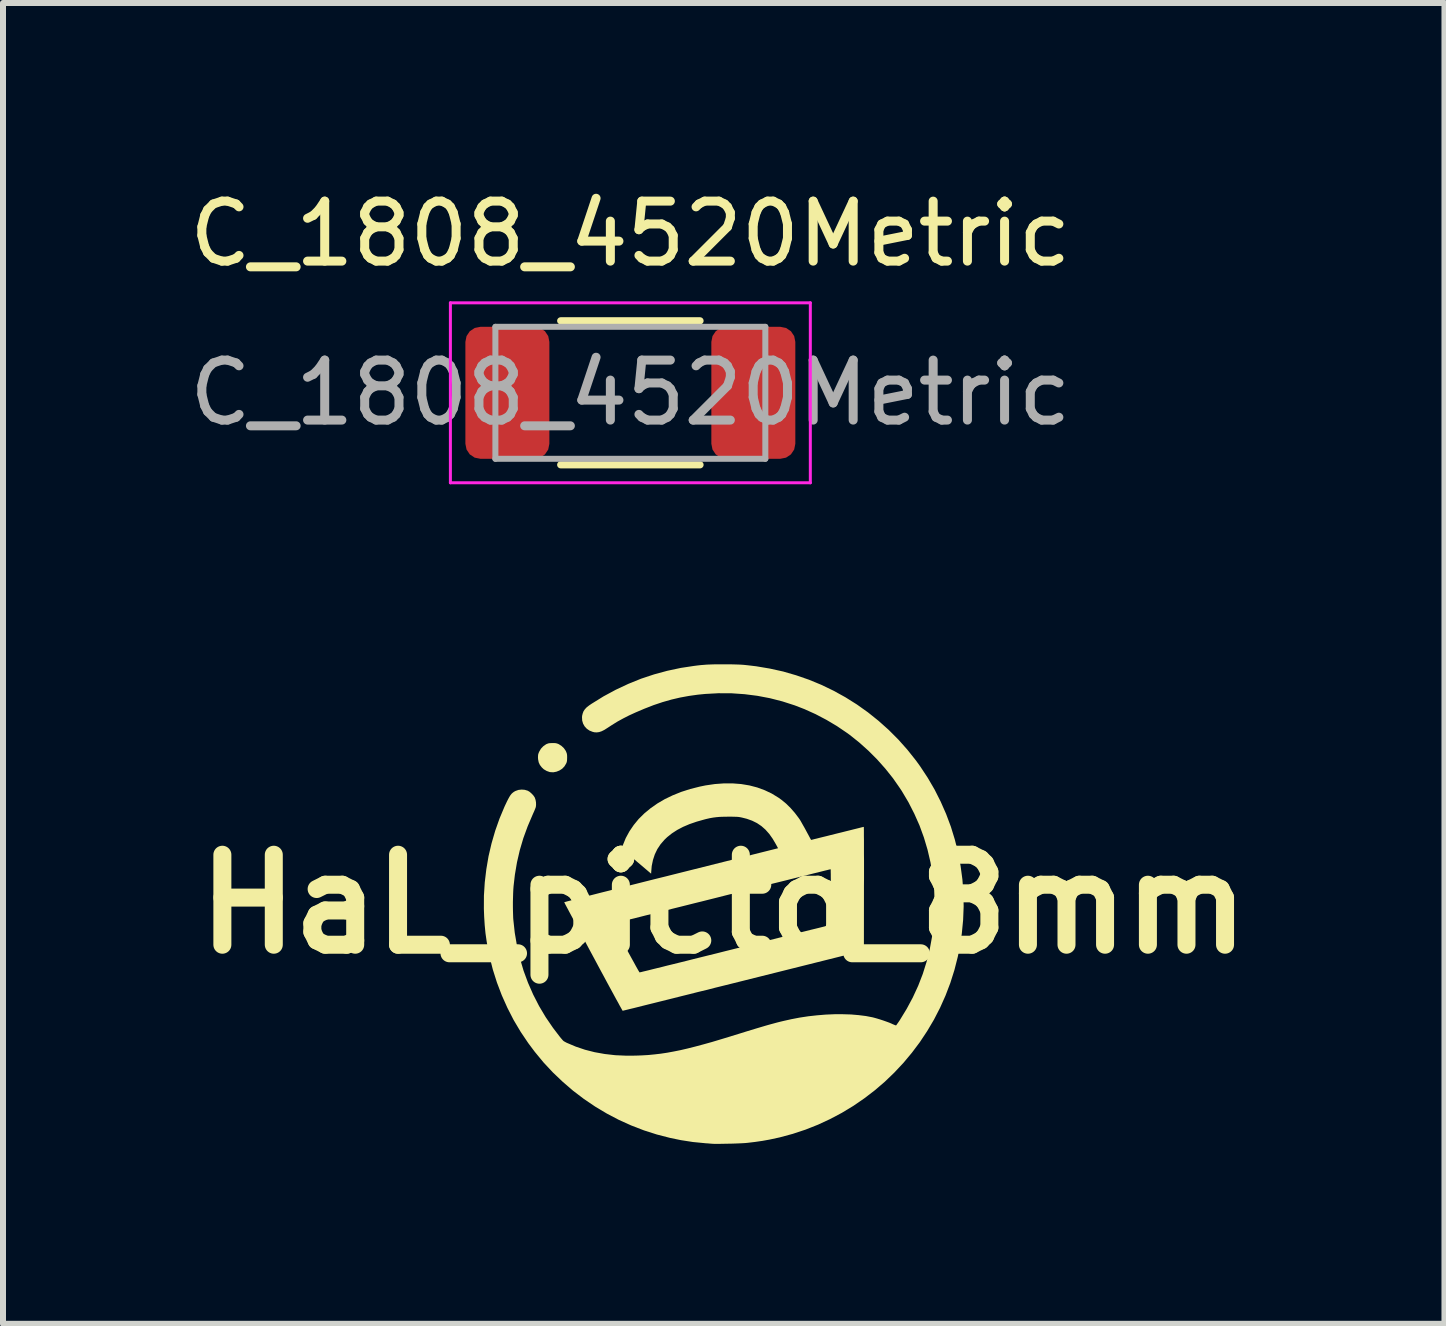
<source format=kicad_pcb>
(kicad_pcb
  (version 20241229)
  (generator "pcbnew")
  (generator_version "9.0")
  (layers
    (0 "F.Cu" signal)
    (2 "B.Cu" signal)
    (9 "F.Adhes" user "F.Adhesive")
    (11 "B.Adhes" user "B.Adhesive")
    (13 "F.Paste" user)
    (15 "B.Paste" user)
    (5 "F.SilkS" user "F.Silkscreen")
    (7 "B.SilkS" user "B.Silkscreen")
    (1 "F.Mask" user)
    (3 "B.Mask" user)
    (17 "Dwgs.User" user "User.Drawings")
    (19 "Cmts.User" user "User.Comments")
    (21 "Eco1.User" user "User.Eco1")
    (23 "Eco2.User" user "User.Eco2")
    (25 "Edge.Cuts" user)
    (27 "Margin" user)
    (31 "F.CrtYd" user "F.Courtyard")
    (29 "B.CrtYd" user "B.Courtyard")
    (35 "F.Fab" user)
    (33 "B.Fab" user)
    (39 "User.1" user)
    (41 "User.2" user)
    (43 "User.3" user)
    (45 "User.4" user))
  (footprint "C_1808_4520Metric"
    (layer "F.Cu")
    (at 7.458 3.498)
    (property "Reference" "C_1808_4520Metric" (at 0 -2.65 0) (layer "F.SilkS") (effects (font (size 1 1) (thickness 0.15))))
    (attr smd)
    (fp_line (start -1.161 -1.2) (end 1.161 -1.2) (stroke (width 0.12) (type solid)) (layer "F.SilkS"))
    (fp_line (start -1.161 1.2) (end 1.161 1.2) (stroke (width 0.12) (type solid)) (layer "F.SilkS"))
    (fp_line (start -3 -1.5) (end 3 -1.5) (stroke (width 0.05) (type solid)) (layer "F.CrtYd"))
    (fp_line (start -3 1.5) (end -3 -1.5) (stroke (width 0.05) (type solid)) (layer "F.CrtYd"))
    (fp_line (start 3 -1.5) (end 3 1.5) (stroke (width 0.05) (type solid)) (layer "F.CrtYd"))
    (fp_line (start 3 1.5) (end -3 1.5) (stroke (width 0.05) (type solid)) (layer "F.CrtYd"))
    (fp_line (start -2.25 -1.1) (end 2.25 -1.1) (stroke (width 0.1) (type solid)) (layer "F.Fab"))
    (fp_line (start -2.25 1.1) (end -2.25 -1.1) (stroke (width 0.1) (type solid)) (layer "F.Fab"))
    (fp_line (start 2.25 -1.1) (end 2.25 1.1) (stroke (width 0.1) (type solid)) (layer "F.Fab"))
    (fp_line (start 2.25 1.1) (end -2.25 1.1) (stroke (width 0.1) (type solid)) (layer "F.Fab"))
    (fp_text user "${REFERENCE}" (at 0 0 0) (layer "F.Fab") (effects (font (size 1 1) (thickness 0.15))))
    (pad "1" smd roundrect (at -2.05 0) (size 1.4 2.2) (layers "F.Cu" "F.Mask" "F.Paste") (roundrect_rratio 0.179))
    (pad "2" smd roundrect (at 2.05 0) (size 1.4 2.2) (layers "F.Cu" "F.Mask" "F.Paste") (roundrect_rratio 0.179)))
  (footprint "HaL_picto_8mm"
    (layer "F.Cu")
    (at 9.014 12.02)
    (property "Reference" "HaL_picto_8mm" (at 0 0 0) (layer "F.SilkS") (effects (font (size 1.5 1.5) (thickness 0.3))))
    (attr board_only exclude_from_pos_files exclude_from_bom)
    (fp_poly (pts (xy -2.821 -2.683) (xy -2.798 -2.681) (xy -2.778 -2.676) (xy -2.759 -2.669) (xy -2.75 -2.665) (xy -2.704 -2.636) (xy -2.664 -2.598) (xy -2.633 -2.553) (xy -2.629 -2.544) (xy -2.62 -2.522) (xy -2.614 -2.503) (xy -2.611 -2.482) (xy -2.61 -2.453) (xy -2.61 -2.44) (xy -2.611 -2.408) (xy -2.613 -2.384) (xy -2.617 -2.365) (xy -2.625 -2.345) (xy -2.628 -2.339) (xy -2.656 -2.293) (xy -2.693 -2.255) (xy -2.738 -2.226) (xy -2.788 -2.206) (xy -2.84 -2.196) (xy -2.892 -2.199) (xy -2.9 -2.2) (xy -2.951 -2.218) (xy -2.999 -2.246) (xy -3.032 -2.277) (xy -3.064 -2.318) (xy -3.084 -2.362) (xy -3.094 -2.412) (xy -3.096 -2.443) (xy -3.095 -2.474) (xy -3.092 -2.497) (xy -3.085 -2.518) (xy -3.075 -2.541) (xy -3.046 -2.59) (xy -3.008 -2.63) (xy -2.964 -2.661) (xy -2.955 -2.666) (xy -2.934 -2.674) (xy -2.915 -2.68) (xy -2.893 -2.682) (xy -2.864 -2.683) (xy -2.853 -2.683)) (stroke (width 0) (type solid)) (fill yes) (layer "F.SilkS"))
    (fp_poly (pts (xy 0.15 -2.011) (xy 0.292 -2) (xy 0.429 -1.977) (xy 0.559 -1.943) (xy 0.684 -1.897) (xy 0.802 -1.841) (xy 0.913 -1.773) (xy 0.963 -1.737) (xy 1.04 -1.674) (xy 1.115 -1.6) (xy 1.185 -1.52) (xy 1.248 -1.437) (xy 1.269 -1.407) (xy 1.283 -1.384) (xy 1.301 -1.352) (xy 1.323 -1.313) (xy 1.347 -1.271) (xy 1.371 -1.227) (xy 1.38 -1.21) (xy 1.401 -1.171) (xy 1.42 -1.136) (xy 1.436 -1.106) (xy 1.448 -1.084) (xy 1.455 -1.072) (xy 1.456 -1.069) (xy 1.463 -1.07) (xy 1.481 -1.074) (xy 1.51 -1.082) (xy 1.549 -1.091) (xy 1.596 -1.103) (xy 1.652 -1.117) (xy 1.714 -1.132) (xy 1.781 -1.149) (xy 1.853 -1.167) (xy 1.893 -1.177) (xy 1.967 -1.195) (xy 2.038 -1.213) (xy 2.103 -1.229) (xy 2.162 -1.244) (xy 2.215 -1.257) (xy 2.259 -1.268) (xy 2.294 -1.277) (xy 2.319 -1.283) (xy 2.333 -1.286) (xy 2.335 -1.286) (xy 2.336 -1.28) (xy 2.336 -1.261) (xy 2.337 -1.23) (xy 2.337 -1.188) (xy 2.337 -1.135) (xy 2.338 -1.072) (xy 2.338 -1.001) (xy 2.338 -0.921) (xy 2.338 -0.834) (xy 2.339 -0.74) (xy 2.339 -0.639) (xy 2.339 -0.533) (xy 2.339 -0.423) (xy 2.338 -0.308) (xy 2.338 -0.255) (xy 2.337 0.776) (xy 0.33 1.278) (xy 0.17 1.318) (xy 0.013 1.357) (xy -0.141 1.395) (xy -0.289 1.433) (xy -0.434 1.468) (xy -0.572 1.503) (xy -0.705 1.536) (xy -0.832 1.568) (xy -0.952 1.598) (xy -1.065 1.626) (xy -1.169 1.652) (xy -1.266 1.676) (xy -1.354 1.698) (xy -1.433 1.718) (xy -1.501 1.735) (xy -1.56 1.749) (xy -1.608 1.761) (xy -1.645 1.77) (xy -1.67 1.776) (xy -1.682 1.779) (xy -1.684 1.78) (xy -1.688 1.774) (xy -1.698 1.757) (xy -1.713 1.73) (xy -1.734 1.693) (xy -1.759 1.646) (xy -1.79 1.591) (xy -1.824 1.528) (xy -1.862 1.458) (xy -1.904 1.381) (xy -1.949 1.298) (xy -1.996 1.21) (xy -2.047 1.116) (xy -2.099 1.019) (xy -2.153 0.918) (xy -2.174 0.879) (xy -2.229 0.777) (xy -2.282 0.678) (xy -2.332 0.583) (xy -2.381 0.493) (xy -2.427 0.407) (xy -2.469 0.328) (xy -1.835 0.328) (xy -1.834 0.335) (xy -1.83 0.346) (xy -1.822 0.362) (xy -1.811 0.385) (xy -1.797 0.415) (xy -1.778 0.452) (xy -1.754 0.498) (xy -1.725 0.552) (xy -1.69 0.617) (xy -1.65 0.692) (xy -1.627 0.735) (xy -1.591 0.803) (xy -1.556 0.867) (xy -1.523 0.927) (xy -1.493 0.981) (xy -1.467 1.029) (xy -1.444 1.07) (xy -1.426 1.102) (xy -1.412 1.125) (xy -1.404 1.138) (xy -1.402 1.14) (xy -1.395 1.138) (xy -1.375 1.134) (xy -1.344 1.126) (xy -1.302 1.116) (xy -1.248 1.103) (xy -1.185 1.087) (xy -1.112 1.069) (xy -1.03 1.049) (xy -0.94 1.026) (xy -0.841 1.002) (xy -0.736 0.976) (xy -0.623 0.948) (xy -0.505 0.918) (xy -0.38 0.887) (xy -0.251 0.855) (xy -0.117 0.822) (xy 0.021 0.787) (xy 0.162 0.752) (xy 0.169 0.75) (xy 0.311 0.715) (xy 0.449 0.681) (xy 0.584 0.647) (xy 0.714 0.614) (xy 0.84 0.583) (xy 0.959 0.553) (xy 1.073 0.525) (xy 1.18 0.498) (xy 1.28 0.473) (xy 1.372 0.45) (xy 1.456 0.429) (xy 1.531 0.411) (xy 1.596 0.395) (xy 1.651 0.381) (xy 1.695 0.37) (xy 1.729 0.361) (xy 1.75 0.356) (xy 1.76 0.353) (xy 1.76 0.353) (xy 1.787 0.346) (xy 1.787 -0.117) (xy 1.787 -0.194) (xy 1.786 -0.267) (xy 1.786 -0.335) (xy 1.786 -0.397) (xy 1.785 -0.452) (xy 1.785 -0.498) (xy 1.784 -0.535) (xy 1.784 -0.562) (xy 1.783 -0.577) (xy 1.783 -0.58) (xy 1.776 -0.578) (xy 1.756 -0.574) (xy 1.725 -0.566) (xy 1.683 -0.556) (xy 1.631 -0.543) (xy 1.569 -0.527) (xy 1.498 -0.51) (xy 1.418 -0.49) (xy 1.33 -0.468) (xy 1.235 -0.444) (xy 1.134 -0.419) (xy 1.027 -0.392) (xy 0.914 -0.364) (xy 0.796 -0.335) (xy 0.675 -0.304) (xy 0.55 -0.273) (xy 0.422 -0.241) (xy 0.292 -0.209) (xy 0.161 -0.176) (xy 0.029 -0.143) (xy -0.104 -0.109) (xy -0.236 -0.076) (xy -0.367 -0.043) (xy -0.497 -0.011) (xy -0.624 0.021) (xy -0.748 0.052) (xy -0.869 0.082) (xy -0.986 0.112) (xy -1.098 0.14) (xy -1.204 0.166) (xy -1.304 0.191) (xy -1.398 0.215) (xy -1.484 0.237) (xy -1.563 0.256) (xy -1.632 0.274) (xy -1.693 0.289) (xy -1.743 0.302) (xy -1.783 0.312) (xy -1.812 0.319) (xy -1.829 0.324) (xy -1.834 0.325) (xy -1.835 0.328) (xy -2.469 0.328) (xy -2.469 0.327) (xy -2.508 0.254) (xy -2.544 0.187) (xy -2.575 0.129) (xy -2.602 0.078) (xy -2.624 0.037) (xy -2.641 0.005) (xy -2.652 -0.017) (xy -2.658 -0.028) (xy -2.658 -0.029) (xy -2.652 -0.032) (xy -2.633 -0.037) (xy -2.602 -0.046) (xy -2.558 -0.057) (xy -2.502 -0.072) (xy -2.434 -0.09) (xy -2.354 -0.11) (xy -2.263 -0.134) (xy -2.161 -0.16) (xy -2.048 -0.189) (xy -1.923 -0.22) (xy -1.788 -0.254) (xy -1.643 -0.291) (xy -1.487 -0.33) (xy -1.321 -0.372) (xy -1.146 -0.416) (xy -0.96 -0.462) (xy -0.877 -0.483) (xy 0.906 -0.93) (xy 0.872 -0.993) (xy 0.817 -1.087) (xy 0.759 -1.169) (xy 0.696 -1.24) (xy 0.629 -1.299) (xy 0.555 -1.349) (xy 0.474 -1.389) (xy 0.385 -1.421) (xy 0.305 -1.441) (xy 0.281 -1.446) (xy 0.259 -1.45) (xy 0.235 -1.453) (xy 0.209 -1.454) (xy 0.176 -1.455) (xy 0.135 -1.456) (xy 0.084 -1.456) (xy 0.077 -1.456) (xy 0.003 -1.455) (xy -0.062 -1.453) (xy -0.12 -1.448) (xy -0.175 -1.441) (xy -0.232 -1.431) (xy -0.293 -1.417) (xy -0.32 -1.41) (xy -0.451 -1.373) (xy -0.57 -1.332) (xy -0.678 -1.286) (xy -0.775 -1.235) (xy -0.863 -1.178) (xy -0.941 -1.116) (xy -0.987 -1.072) (xy -1.052 -0.997) (xy -1.106 -0.916) (xy -1.148 -0.829) (xy -1.179 -0.735) (xy -1.2 -0.634) (xy -1.208 -0.538) (xy -1.21 -0.506) (xy -1.447 -0.707) (xy -1.495 -0.748) (xy -1.54 -0.787) (xy -1.582 -0.822) (xy -1.618 -0.853) (xy -1.648 -0.879) (xy -1.672 -0.898) (xy -1.687 -0.911) (xy -1.692 -0.916) (xy -1.696 -0.923) (xy -1.696 -0.933) (xy -1.692 -0.95) (xy -1.683 -0.976) (xy -1.681 -0.981) (xy -1.633 -1.099) (xy -1.572 -1.211) (xy -1.5 -1.317) (xy -1.418 -1.417) (xy -1.324 -1.51) (xy -1.22 -1.596) (xy -1.106 -1.676) (xy -0.983 -1.748) (xy -0.85 -1.812) (xy -0.709 -1.869) (xy -0.559 -1.917) (xy -0.401 -1.957) (xy -0.304 -1.977) (xy -0.148 -2) (xy 0.003 -2.011)) (stroke (width 0) (type solid)) (fill yes) (layer "F.SilkS"))
    (fp_poly (pts (xy 0.077 -3.996) (xy 0.15 -3.995) (xy 0.215 -3.993) (xy 0.275 -3.991) (xy 0.333 -3.987) (xy 0.391 -3.981) (xy 0.452 -3.974) (xy 0.519 -3.966) (xy 0.543 -3.963) (xy 0.769 -3.925) (xy 0.991 -3.876) (xy 1.208 -3.813) (xy 1.422 -3.739) (xy 1.63 -3.653) (xy 1.833 -3.555) (xy 2.03 -3.446) (xy 2.221 -3.326) (xy 2.405 -3.195) (xy 2.581 -3.054) (xy 2.75 -2.903) (xy 2.911 -2.742) (xy 3.063 -2.571) (xy 3.206 -2.391) (xy 3.274 -2.297) (xy 3.4 -2.106) (xy 3.515 -1.909) (xy 3.617 -1.707) (xy 3.708 -1.5) (xy 3.787 -1.289) (xy 3.853 -1.074) (xy 3.908 -0.855) (xy 3.949 -0.634) (xy 3.979 -0.411) (xy 3.996 -0.186) (xy 4 0.041) (xy 3.991 0.267) (xy 3.969 0.494) (xy 3.935 0.721) (xy 3.902 0.88) (xy 3.846 1.1) (xy 3.778 1.315) (xy 3.698 1.525) (xy 3.607 1.729) (xy 3.505 1.927) (xy 3.392 2.118) (xy 3.27 2.302) (xy 3.137 2.479) (xy 2.996 2.648) (xy 2.845 2.809) (xy 2.686 2.962) (xy 2.518 3.106) (xy 2.343 3.24) (xy 2.161 3.365) (xy 1.971 3.48) (xy 1.775 3.584) (xy 1.573 3.678) (xy 1.366 3.76) (xy 1.152 3.831) (xy 0.934 3.89) (xy 0.763 3.927) (xy 0.646 3.948) (xy 0.522 3.966) (xy 0.396 3.981) (xy 0.363 3.984) (xy 0.336 3.986) (xy 0.298 3.988) (xy 0.253 3.99) (xy 0.202 3.992) (xy 0.147 3.994) (xy 0.09 3.995) (xy 0.033 3.996) (xy -0.021 3.997) (xy -0.072 3.998) (xy -0.117 3.998) (xy -0.154 3.998) (xy -0.181 3.997) (xy -0.193 3.996) (xy -0.208 3.995) (xy -0.233 3.993) (xy -0.266 3.99) (xy -0.302 3.988) (xy -0.32 3.986) (xy -0.514 3.967) (xy -0.714 3.936) (xy -0.893 3.899) (xy -1.114 3.842) (xy -1.33 3.773) (xy -1.542 3.691) (xy -1.748 3.598) (xy -1.948 3.493) (xy -2.142 3.377) (xy -2.33 3.25) (xy -2.51 3.113) (xy -2.682 2.965) (xy -2.847 2.808) (xy -3.003 2.641) (xy -3.149 2.464) (xy -3.257 2.32) (xy -3.385 2.13) (xy -3.502 1.933) (xy -3.606 1.73) (xy -3.699 1.522) (xy -3.78 1.309) (xy -3.849 1.091) (xy -3.899 0.893) (xy -3.929 0.754) (xy -3.952 0.62) (xy -3.971 0.487) (xy -3.984 0.353) (xy -3.993 0.212) (xy -3.998 0.079) (xy -3.997 -0.141) (xy -3.983 -0.361) (xy -3.957 -0.58) (xy -3.92 -0.797) (xy -3.87 -1.011) (xy -3.809 -1.221) (xy -3.737 -1.425) (xy -3.654 -1.623) (xy -3.64 -1.653) (xy -3.614 -1.708) (xy -3.591 -1.753) (xy -3.571 -1.789) (xy -3.553 -1.817) (xy -3.535 -1.839) (xy -3.516 -1.856) (xy -3.496 -1.871) (xy -3.472 -1.884) (xy -3.47 -1.885) (xy -3.422 -1.902) (xy -3.37 -1.908) (xy -3.317 -1.904) (xy -3.267 -1.889) (xy -3.265 -1.888) (xy -3.235 -1.87) (xy -3.205 -1.844) (xy -3.176 -1.814) (xy -3.154 -1.783) (xy -3.148 -1.771) (xy -3.136 -1.735) (xy -3.129 -1.694) (xy -3.128 -1.652) (xy -3.132 -1.617) (xy -3.138 -1.6) (xy -3.148 -1.575) (xy -3.161 -1.543) (xy -3.177 -1.508) (xy -3.184 -1.492) (xy -3.268 -1.295) (xy -3.34 -1.098) (xy -3.399 -0.898) (xy -3.446 -0.695) (xy -3.481 -0.488) (xy -3.503 -0.297) (xy -3.507 -0.244) (xy -3.51 -0.18) (xy -3.512 -0.11) (xy -3.514 -0.036) (xy -3.514 0.038) (xy -3.513 0.11) (xy -3.511 0.177) (xy -3.509 0.235) (xy -3.507 0.26) (xy -3.483 0.48) (xy -3.446 0.695) (xy -3.397 0.906) (xy -3.336 1.112) (xy -3.262 1.313) (xy -3.176 1.509) (xy -3.078 1.7) (xy -2.968 1.885) (xy -2.845 2.065) (xy -2.738 2.205) (xy -2.713 2.236) (xy -2.694 2.258) (xy -2.679 2.275) (xy -2.665 2.287) (xy -2.649 2.296) (xy -2.631 2.306) (xy -2.615 2.314) (xy -2.466 2.377) (xy -2.312 2.429) (xy -2.151 2.47) (xy -1.983 2.5) (xy -1.808 2.52) (xy -1.625 2.528) (xy -1.57 2.528) (xy -1.465 2.527) (xy -1.361 2.523) (xy -1.258 2.517) (xy -1.156 2.507) (xy -1.052 2.495) (xy -0.945 2.479) (xy -0.836 2.459) (xy -0.721 2.436) (xy -0.601 2.408) (xy -0.474 2.376) (xy -0.34 2.34) (xy -0.196 2.3) (xy -0.043 2.254) (xy 0.122 2.204) (xy 0.13 2.201) (xy 0.251 2.164) (xy 0.36 2.13) (xy 0.458 2.1) (xy 0.547 2.073) (xy 0.628 2.049) (xy 0.702 2.027) (xy 0.769 2.008) (xy 0.832 1.991) (xy 0.891 1.975) (xy 0.947 1.961) (xy 1.001 1.948) (xy 1.055 1.936) (xy 1.109 1.924) (xy 1.126 1.92) (xy 1.267 1.893) (xy 1.412 1.871) (xy 1.558 1.855) (xy 1.703 1.843) (xy 1.847 1.837) (xy 1.987 1.837) (xy 2.122 1.841) (xy 2.25 1.852) (xy 2.37 1.867) (xy 2.479 1.888) (xy 2.503 1.894) (xy 2.55 1.907) (xy 2.603 1.923) (xy 2.658 1.941) (xy 2.712 1.96) (xy 2.761 1.978) (xy 2.801 1.995) (xy 2.806 1.998) (xy 2.832 2.009) (xy 2.854 2.018) (xy 2.869 2.023) (xy 2.874 2.023) (xy 2.88 2.016) (xy 2.891 2) (xy 2.907 1.978) (xy 2.926 1.95) (xy 2.936 1.935) (xy 3.05 1.748) (xy 3.152 1.558) (xy 3.242 1.363) (xy 3.319 1.164) (xy 3.383 0.96) (xy 3.435 0.752) (xy 3.474 0.539) (xy 3.502 0.321) (xy 3.507 0.261) (xy 3.51 0.216) (xy 3.512 0.161) (xy 3.513 0.098) (xy 3.514 0.031) (xy 3.514 -0.037) (xy 3.513 -0.103) (xy 3.511 -0.165) (xy 3.509 -0.22) (xy 3.507 -0.261) (xy 3.483 -0.48) (xy 3.447 -0.695) (xy 3.398 -0.905) (xy 3.337 -1.11) (xy 3.264 -1.31) (xy 3.177 -1.506) (xy 3.079 -1.698) (xy 2.968 -1.885) (xy 2.936 -1.933) (xy 2.821 -2.098) (xy 2.694 -2.257) (xy 2.557 -2.411) (xy 2.411 -2.557) (xy 2.258 -2.694) (xy 2.099 -2.821) (xy 2.053 -2.854) (xy 1.888 -2.966) (xy 1.713 -3.07) (xy 1.532 -3.165) (xy 1.346 -3.249) (xy 1.183 -3.312) (xy 0.978 -3.378) (xy 0.771 -3.431) (xy 0.561 -3.471) (xy 0.348 -3.498) (xy 0.132 -3.513) (xy -0.087 -3.514) (xy -0.308 -3.502) (xy -0.43 -3.49) (xy -0.58 -3.469) (xy -0.727 -3.442) (xy -0.872 -3.408) (xy -1.019 -3.366) (xy -1.168 -3.316) (xy -1.322 -3.256) (xy -1.47 -3.193) (xy -1.577 -3.144) (xy -1.675 -3.094) (xy -1.77 -3.042) (xy -1.865 -2.983) (xy -1.937 -2.936) (xy -1.989 -2.903) (xy -2.035 -2.88) (xy -2.077 -2.866) (xy -2.116 -2.861) (xy -2.155 -2.863) (xy -2.184 -2.87) (xy -2.237 -2.891) (xy -2.282 -2.922) (xy -2.318 -2.961) (xy -2.344 -3.007) (xy -2.359 -3.058) (xy -2.362 -3.113) (xy -2.36 -3.139) (xy -2.35 -3.179) (xy -2.336 -3.215) (xy -2.314 -3.247) (xy -2.284 -3.279) (xy -2.243 -3.311) (xy -2.203 -3.338) (xy -2.003 -3.462) (xy -1.799 -3.572) (xy -1.59 -3.67) (xy -1.378 -3.756) (xy -1.161 -3.828) (xy -0.94 -3.888) (xy -0.715 -3.936) (xy -0.497 -3.969) (xy -0.435 -3.977) (xy -0.381 -3.983) (xy -0.33 -3.987) (xy -0.28 -3.991) (xy -0.228 -3.993) (xy -0.172 -3.995) (xy -0.109 -3.996) (xy -0.037 -3.996) (xy -0.007 -3.996)) (stroke (width 0) (type solid)) (fill yes) (layer "F.SilkS")))
  (gr_rect
    (start -3 -3)
    (end 21.029 19.018)
    (stroke (width 0.1) (type default))
    (fill no)
    (layer "Edge.Cuts")))
</source>
